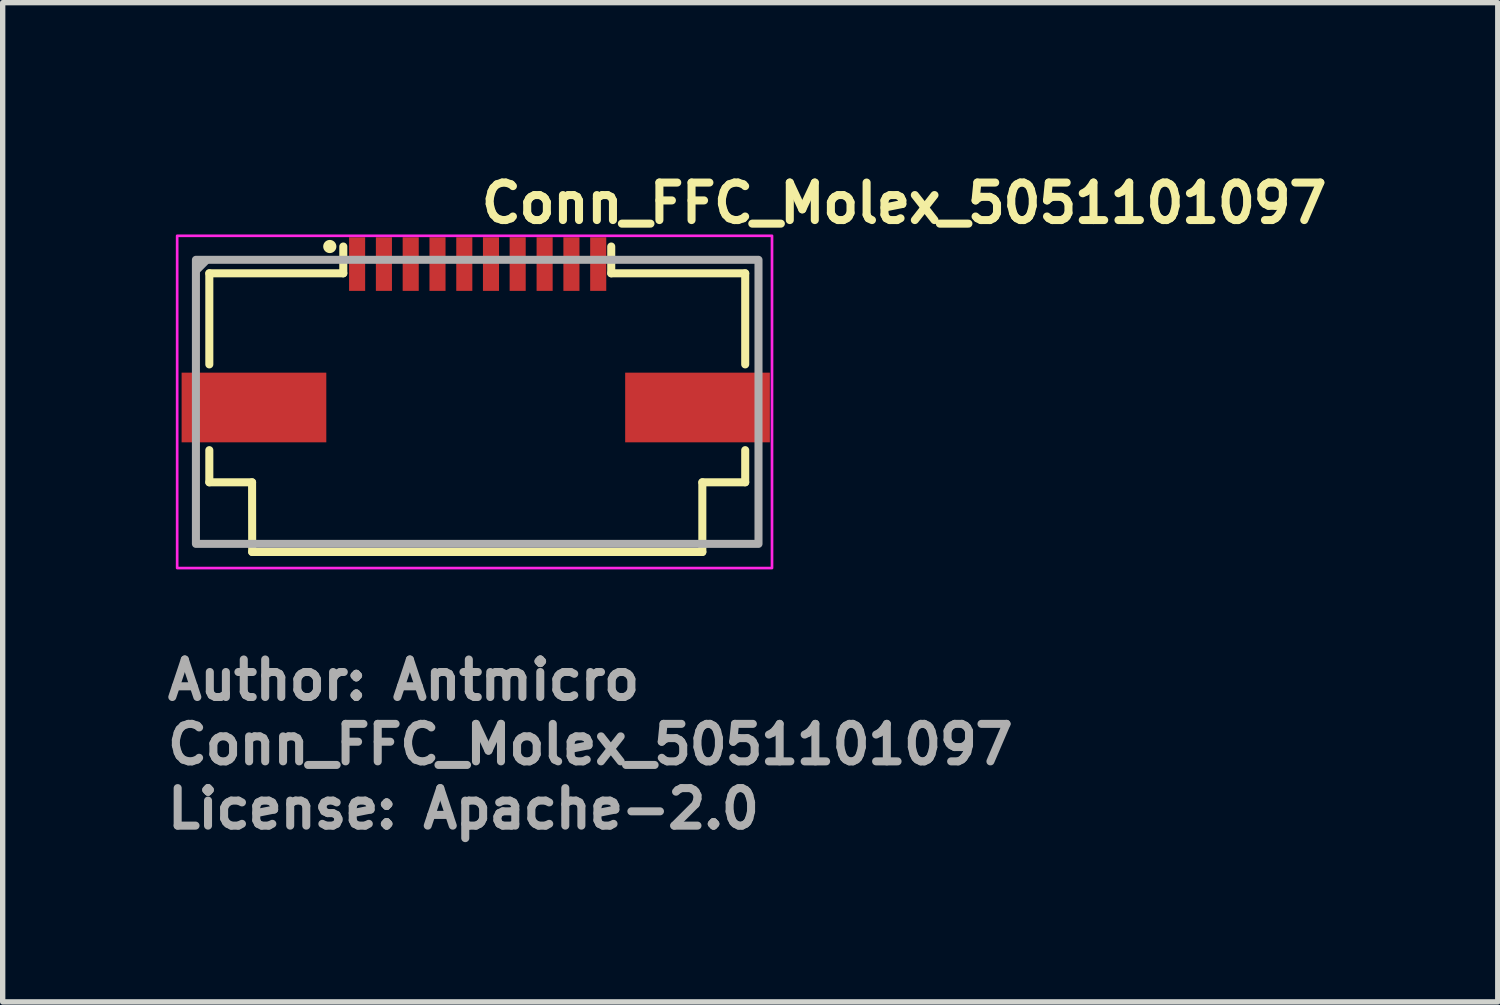
<source format=kicad_pcb>
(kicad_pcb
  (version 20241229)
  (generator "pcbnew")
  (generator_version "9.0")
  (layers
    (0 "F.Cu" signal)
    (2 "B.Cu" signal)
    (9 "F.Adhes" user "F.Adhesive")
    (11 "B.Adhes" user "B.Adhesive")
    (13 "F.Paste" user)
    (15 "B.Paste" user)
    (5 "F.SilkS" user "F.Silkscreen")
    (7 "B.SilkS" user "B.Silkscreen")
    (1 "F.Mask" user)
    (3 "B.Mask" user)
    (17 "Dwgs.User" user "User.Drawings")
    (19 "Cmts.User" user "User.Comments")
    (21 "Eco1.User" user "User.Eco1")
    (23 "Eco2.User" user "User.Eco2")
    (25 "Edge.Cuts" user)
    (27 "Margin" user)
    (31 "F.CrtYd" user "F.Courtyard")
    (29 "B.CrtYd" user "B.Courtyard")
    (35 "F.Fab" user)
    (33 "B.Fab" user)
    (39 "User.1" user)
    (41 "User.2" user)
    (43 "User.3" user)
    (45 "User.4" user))
  (footprint "Conn_FFC_Molex_5051101097"
    (layer "F.Cu")
    (at 5.856 4.45)
    (property "Reference" "Conn_FFC_Molex_5051101097" (at 0 -3.3 0) (layer "F.SilkS") (effects (font (size 0.7 0.7) (thickness 0.15)) (justify left bottom)))
    (attr smd)
    (fp_line (start -5 -2.4) (end -2.5 -2.4) (stroke (width 0.15) (type solid)) (layer "F.SilkS"))
    (fp_line (start -5 -0.7) (end -5 -2.4) (stroke (width 0.15) (type solid)) (layer "F.SilkS"))
    (fp_line (start -5 1.5) (end -5 0.9) (stroke (width 0.15) (type solid)) (layer "F.SilkS"))
    (fp_line (start -4.202 1.5) (end -5 1.5) (stroke (width 0.15) (type solid)) (layer "F.SilkS"))
    (fp_line (start -4.202 1.5) (end -4.2 2.8) (stroke (width 0.15) (type solid)) (layer "F.SilkS"))
    (fp_line (start -4.2 2.8) (end 4.2 2.8) (stroke (width 0.15) (type solid)) (layer "F.SilkS"))
    (fp_line (start -2.5 -2.4) (end -2.5 -2.9) (stroke (width 0.15) (type solid)) (layer "F.SilkS"))
    (fp_line (start 2.5 -2.4) (end 2.5 -2.9) (stroke (width 0.15) (type solid)) (layer "F.SilkS"))
    (fp_line (start 4.2 1.5) (end 4.2 2.8) (stroke (width 0.15) (type solid)) (layer "F.SilkS"))
    (fp_line (start 5 -2.4) (end 2.5 -2.4) (stroke (width 0.15) (type solid)) (layer "F.SilkS"))
    (fp_line (start 5 -0.7) (end 5 -2.4) (stroke (width 0.15) (type solid)) (layer "F.SilkS"))
    (fp_line (start 5 1.5) (end 4.2 1.5) (stroke (width 0.15) (type solid)) (layer "F.SilkS"))
    (fp_line (start 5 1.5) (end 5 0.9) (stroke (width 0.15) (type solid)) (layer "F.SilkS"))
    (fp_circle (center -2.752 -2.9) (end -2.704 -2.9) (stroke (width 0.15) (type solid)) (fill yes) (layer "F.SilkS"))
    (fp_rect (start -5.6 -3.1) (end 5.5 3.1) (stroke (width 0.05) (type solid)) (fill no) (layer "F.CrtYd"))
    (fp_line (start -5.225 -2.475) (end -5.075 -2.625) (stroke (width 0.15) (type solid)) (layer "F.Fab"))
    (fp_rect (start -5.25 -2.652) (end 5.248 2.649) (stroke (width 0.15) (type solid)) (fill no) (layer "F.Fab"))
    (fp_rect (start -5.25 -2.652) (end 5.248 2.649) (stroke (width 0.1) (type solid)) (fill no) (layer "User.5"))
    (fp_line (start -5.25 -0.019) (end -5.25 -0.01) (stroke (width 0.02) (type solid)) (layer "User.9"))
    (fp_line (start -5.25 -0.01) (end -5.25 0.001) (stroke (width 0.02) (type solid)) (layer "User.9"))
    (fp_line (start -5.25 0.498) (end -5.25 0.001) (stroke (width 0.02) (type solid)) (layer "User.9"))
    (fp_line (start -5.25 0.498) (end -5.25 0.508) (stroke (width 0.02) (type solid)) (layer "User.9"))
    (fp_line (start -5.25 0.508) (end -5.25 0.52) (stroke (width 0.02) (type solid)) (layer "User.9"))
    (fp_line (start -5.25 0.52) (end -5.249 0.53) (stroke (width 0.02) (type solid)) (layer "User.9"))
    (fp_line (start -5.249 -0.03) (end -5.25 -0.019) (stroke (width 0.02) (type solid)) (layer "User.9"))
    (fp_line (start -5.249 0.53) (end -5.247 0.54) (stroke (width 0.02) (type solid)) (layer "User.9"))
    (fp_line (start -5.247 -0.039) (end -5.249 -0.03) (stroke (width 0.02) (type solid)) (layer "User.9"))
    (fp_line (start -5.247 0.54) (end -5.244 0.549) (stroke (width 0.02) (type solid)) (layer "User.9"))
    (fp_line (start -5.244 -0.05) (end -5.247 -0.039) (stroke (width 0.02) (type solid)) (layer "User.9"))
    (fp_line (start -5.244 0.549) (end -5.242 0.559) (stroke (width 0.02) (type solid)) (layer "User.9"))
    (fp_line (start -5.242 -0.06) (end -5.244 -0.05) (stroke (width 0.02) (type solid)) (layer "User.9"))
    (fp_line (start -5.242 0.559) (end -5.239 0.568) (stroke (width 0.02) (type solid)) (layer "User.9"))
    (fp_line (start -5.239 -0.069) (end -5.242 -0.06) (stroke (width 0.02) (type solid)) (layer "User.9"))
    (fp_line (start -5.239 0.568) (end -5.236 0.576) (stroke (width 0.02) (type solid)) (layer "User.9"))
    (fp_line (start -5.236 -0.076) (end -5.239 -0.069) (stroke (width 0.02) (type solid)) (layer "User.9"))
    (fp_line (start -5.236 0.576) (end -5.231 0.584) (stroke (width 0.02) (type solid)) (layer "User.9"))
    (fp_line (start -5.231 -0.087) (end -5.236 -0.076) (stroke (width 0.02) (type solid)) (layer "User.9"))
    (fp_line (start -5.231 0.584) (end -5.228 0.593) (stroke (width 0.02) (type solid)) (layer "User.9"))
    (fp_line (start -5.228 -0.094) (end -5.231 -0.087) (stroke (width 0.02) (type solid)) (layer "User.9"))
    (fp_line (start -5.228 0.593) (end -5.223 0.601) (stroke (width 0.02) (type solid)) (layer "User.9"))
    (fp_line (start -5.223 -0.104) (end -5.228 -0.094) (stroke (width 0.02) (type solid)) (layer "User.9"))
    (fp_line (start -5.223 0.601) (end -5.218 0.609) (stroke (width 0.02) (type solid)) (layer "User.9"))
    (fp_line (start -5.218 -0.11) (end -5.223 -0.104) (stroke (width 0.02) (type solid)) (layer "User.9"))
    (fp_line (start -5.218 0.609) (end -5.212 0.617) (stroke (width 0.02) (type solid)) (layer "User.9"))
    (fp_line (start -5.212 -0.12) (end -5.218 -0.11) (stroke (width 0.02) (type solid)) (layer "User.9"))
    (fp_line (start -5.212 0.617) (end -5.205 0.625) (stroke (width 0.02) (type solid)) (layer "User.9"))
    (fp_line (start -5.205 -0.126) (end -5.212 -0.12) (stroke (width 0.02) (type solid)) (layer "User.9"))
    (fp_line (start -5.205 0.625) (end -5.199 0.633) (stroke (width 0.02) (type solid)) (layer "User.9"))
    (fp_line (start -5.199 -0.136) (end -5.205 -0.126) (stroke (width 0.02) (type solid)) (layer "User.9"))
    (fp_line (start -5.199 0.633) (end -5.194 0.642) (stroke (width 0.02) (type solid)) (layer "User.9"))
    (fp_line (start -5.194 -0.143) (end -5.199 -0.136) (stroke (width 0.02) (type solid)) (layer "User.9"))
    (fp_line (start -5.194 -0.143) (end -5.194 -0.143) (stroke (width 0.02) (type solid)) (layer "User.9"))
    (fp_line (start -5.194 0.642) (end -5.194 0.642) (stroke (width 0.02) (type solid)) (layer "User.9"))
    (fp_line (start -5.194 0.642) (end -5.186 0.649) (stroke (width 0.02) (type solid)) (layer "User.9"))
    (fp_line (start -5.186 -0.148) (end -5.194 -0.143) (stroke (width 0.02) (type solid)) (layer "User.9"))
    (fp_line (start -5.186 0.649) (end -5.178 0.655) (stroke (width 0.02) (type solid)) (layer "User.9"))
    (fp_line (start -5.178 -0.154) (end -5.186 -0.148) (stroke (width 0.02) (type solid)) (layer "User.9"))
    (fp_line (start -5.178 0.655) (end -5.17 0.661) (stroke (width 0.02) (type solid)) (layer "User.9"))
    (fp_line (start -5.17 -0.162) (end -5.178 -0.154) (stroke (width 0.02) (type solid)) (layer "User.9"))
    (fp_line (start -5.17 0.661) (end -5.162 0.667) (stroke (width 0.02) (type solid)) (layer "User.9"))
    (fp_line (start -5.162 -0.168) (end -5.17 -0.162) (stroke (width 0.02) (type solid)) (layer "User.9"))
    (fp_line (start -5.162 0.667) (end -5.154 0.672) (stroke (width 0.02) (type solid)) (layer "User.9"))
    (fp_line (start -5.154 -0.173) (end -5.162 -0.168) (stroke (width 0.02) (type solid)) (layer "User.9"))
    (fp_line (start -5.154 0.672) (end -5.146 0.677) (stroke (width 0.02) (type solid)) (layer "User.9"))
    (fp_line (start -5.146 -0.176) (end -5.154 -0.173) (stroke (width 0.02) (type solid)) (layer "User.9"))
    (fp_line (start -5.146 0.677) (end -5.137 0.681) (stroke (width 0.02) (type solid)) (layer "User.9"))
    (fp_line (start -5.137 -0.18) (end -5.146 -0.176) (stroke (width 0.02) (type solid)) (layer "User.9"))
    (fp_line (start -5.137 0.681) (end -5.127 0.685) (stroke (width 0.02) (type solid)) (layer "User.9"))
    (fp_line (start -5.127 -0.184) (end -5.137 -0.18) (stroke (width 0.02) (type solid)) (layer "User.9"))
    (fp_line (start -5.127 0.685) (end -5.119 0.689) (stroke (width 0.02) (type solid)) (layer "User.9"))
    (fp_line (start -5.119 -0.188) (end -5.127 -0.184) (stroke (width 0.02) (type solid)) (layer "User.9"))
    (fp_line (start -5.119 0.689) (end -5.109 0.692) (stroke (width 0.02) (type solid)) (layer "User.9"))
    (fp_line (start -5.109 -0.191) (end -5.119 -0.188) (stroke (width 0.02) (type solid)) (layer "User.9"))
    (fp_line (start -5.109 0.692) (end -5.101 0.694) (stroke (width 0.02) (type solid)) (layer "User.9"))
    (fp_line (start -5.101 -0.195) (end -5.109 -0.191) (stroke (width 0.02) (type solid)) (layer "User.9"))
    (fp_line (start -5.101 0.694) (end -5.09 0.697) (stroke (width 0.02) (type solid)) (layer "User.9"))
    (fp_line (start -5.09 -0.198) (end -5.101 -0.195) (stroke (width 0.02) (type solid)) (layer "User.9"))
    (fp_line (start -5.09 0.697) (end -5.08 0.698) (stroke (width 0.02) (type solid)) (layer "User.9"))
    (fp_line (start -5.08 -0.199) (end -5.09 -0.198) (stroke (width 0.02) (type solid)) (layer "User.9"))
    (fp_line (start -5.08 0.698) (end -5.071 0.7) (stroke (width 0.02) (type solid)) (layer "User.9"))
    (fp_line (start -5.071 -0.201) (end -5.08 -0.199) (stroke (width 0.02) (type solid)) (layer "User.9"))
    (fp_line (start -5.071 0.7) (end -5.061 0.7) (stroke (width 0.02) (type solid)) (layer "User.9"))
    (fp_line (start -5.061 -0.201) (end -5.071 -0.201) (stroke (width 0.02) (type solid)) (layer "User.9"))
    (fp_line (start -5.061 0.7) (end -5.05 0.7) (stroke (width 0.02) (type solid)) (layer "User.9"))
    (fp_line (start -5.05 -0.202) (end -5.061 -0.201) (stroke (width 0.02) (type solid)) (layer "User.9"))
    (fp_line (start -4.851 -2.601) (end -4.851 -2.25) (stroke (width 0.02) (type solid)) (layer "User.9"))
    (fp_line (start -4.851 -2.25) (end -4.851 1.348) (stroke (width 0.02) (type solid)) (layer "User.9"))
    (fp_line (start -4.851 -0.202) (end -5.05 -0.202) (stroke (width 0.02) (type solid)) (layer "User.9"))
    (fp_line (start -4.851 0.7) (end -5.05 0.7) (stroke (width 0.02) (type solid)) (layer "User.9"))
    (fp_line (start -4.851 1.348) (end -4.202 1.348) (stroke (width 0.02) (type solid)) (layer "User.9"))
    (fp_line (start -4.3 -2.601) (end -4.851 -2.601) (stroke (width 0.02) (type solid)) (layer "User.9"))
    (fp_line (start -4.3 -2.25) (end -4.3 -2.601) (stroke (width 0.02) (type solid)) (layer "User.9"))
    (fp_line (start -4.202 -0.629) (end -2.786 -0.629) (stroke (width 0.02) (type solid)) (layer "User.9"))
    (fp_line (start -4.202 -0.329) (end -4.053 -0.372) (stroke (width 0.02) (type solid)) (layer "User.9"))
    (fp_line (start -4.202 1.348) (end -4.202 -0.832) (stroke (width 0.02) (type solid)) (layer "User.9"))
    (fp_line (start -4.13 -0.24) (end -4.202 -0.261) (stroke (width 0.02) (type solid)) (layer "User.9"))
    (fp_line (start -4.13 -0.163) (end -4.13 -0.24) (stroke (width 0.02) (type solid)) (layer "User.9"))
    (fp_line (start -4.13 0.013) (end -4.13 -0.163) (stroke (width 0.02) (type solid)) (layer "User.9"))
    (fp_line (start -4.13 1.3) (end -4.202 1.3) (stroke (width 0.02) (type solid)) (layer "User.9"))
    (fp_line (start -4.13 1.3) (end -4.13 0.013) (stroke (width 0.02) (type solid)) (layer "User.9"))
    (fp_line (start -4.13 1.3) (end -4.053 1.3) (stroke (width 0.02) (type solid)) (layer "User.9"))
    (fp_line (start -4.053 -0.476) (end -4.053 -0.465) (stroke (width 0.02) (type solid)) (layer "User.9"))
    (fp_line (start -4.053 -0.475) (end -4.053 -0.476) (stroke (width 0.02) (type solid)) (layer "User.9"))
    (fp_line (start -4.053 -0.465) (end -4.053 -0.372) (stroke (width 0.02) (type solid)) (layer "User.9"))
    (fp_line (start -4.053 1.348) (end -4.202 1.348) (stroke (width 0.02) (type solid)) (layer "User.9"))
    (fp_line (start -4.053 1.348) (end -4.053 1.3) (stroke (width 0.02) (type solid)) (layer "User.9"))
    (fp_line (start -4.053 2.548) (end -4.053 1.3) (stroke (width 0.02) (type solid)) (layer "User.9"))
    (fp_line (start -4.053 2.548) (end -2.702 2.548) (stroke (width 0.02) (type solid)) (layer "User.9"))
    (fp_line (start -2.786 -0.688) (end -2.786 -0.629) (stroke (width 0.02) (type solid)) (layer "User.9"))
    (fp_line (start -2.786 -0.476) (end -2.786 -0.629) (stroke (width 0.02) (type solid)) (layer "User.9"))
    (fp_line (start -2.702 2.649) (end -2.702 2.548) (stroke (width 0.02) (type solid)) (layer "User.9"))
    (fp_line (start -2.702 2.649) (end 2.697 2.649) (stroke (width 0.02) (type solid)) (layer "User.9"))
    (fp_line (start -2.355 -0.832) (end -2.355 -0.688) (stroke (width 0.02) (type solid)) (layer "User.9"))
    (fp_line (start -2.355 -0.688) (end -2.786 -0.688) (stroke (width 0.02) (type solid)) (layer "User.9"))
    (fp_line (start -2.355 -0.476) (end -4.053 -0.476) (stroke (width 0.02) (type solid)) (layer "User.9"))
    (fp_line (start -2.355 -0.476) (end -2.355 -0.465) (stroke (width 0.02) (type solid)) (layer "User.9"))
    (fp_line (start -2.355 -0.465) (end -2.355 -0.163) (stroke (width 0.02) (type solid)) (layer "User.9"))
    (fp_line (start -2.355 -0.352) (end -2.327 -0.352) (stroke (width 0.02) (type solid)) (layer "User.9"))
    (fp_line (start -2.355 -0.163) (end -2.355 0.013) (stroke (width 0.02) (type solid)) (layer "User.9"))
    (fp_line (start -2.355 0.013) (end -2.355 0.35) (stroke (width 0.02) (type solid)) (layer "User.9"))
    (fp_line (start -2.355 0.05) (end -2.327 0.05) (stroke (width 0.02) (type solid)) (layer "User.9"))
    (fp_line (start -2.355 0.298) (end -2.327 0.298) (stroke (width 0.02) (type solid)) (layer "User.9"))
    (fp_line (start -2.327 -2.5) (end -2.327 -2.652) (stroke (width 0.02) (type solid)) (layer "User.9"))
    (fp_line (start -2.327 -2.25) (end -2.327 -2.5) (stroke (width 0.02) (type solid)) (layer "User.9"))
    (fp_line (start -2.327 -0.042) (end -2.327 -0.832) (stroke (width 0.02) (type solid)) (layer "User.9"))
    (fp_line (start -2.327 0.173) (end -2.327 -0.042) (stroke (width 0.02) (type solid)) (layer "User.9"))
    (fp_line (start -2.327 0.173) (end -2.327 0.173) (stroke (width 0.02) (type solid)) (layer "User.9"))
    (fp_line (start -2.327 0.261) (end -2.327 0.173) (stroke (width 0.02) (type solid)) (layer "User.9"))
    (fp_line (start -2.327 0.261) (end -2.178 0.261) (stroke (width 0.02) (type solid)) (layer "User.9"))
    (fp_line (start -2.327 0.35) (end -2.327 0.261) (stroke (width 0.02) (type solid)) (layer "User.9"))
    (fp_line (start -2.178 -2.652) (end -2.327 -2.652) (stroke (width 0.02) (type solid)) (layer "User.9"))
    (fp_line (start -2.178 -2.5) (end -2.327 -2.5) (stroke (width 0.02) (type solid)) (layer "User.9"))
    (fp_line (start -2.178 -2.5) (end -2.178 -2.652) (stroke (width 0.02) (type solid)) (layer "User.9"))
    (fp_line (start -2.178 -2.25) (end -2.178 -2.5) (stroke (width 0.02) (type solid)) (layer "User.9"))
    (fp_line (start -2.178 -0.352) (end -2.145 -0.352) (stroke (width 0.02) (type solid)) (layer "User.9"))
    (fp_line (start -2.178 -0.042) (end -2.178 -0.832) (stroke (width 0.02) (type solid)) (layer "User.9"))
    (fp_line (start -2.178 0.05) (end -2.145 0.05) (stroke (width 0.02) (type solid)) (layer "User.9"))
    (fp_line (start -2.178 0.173) (end -2.178 -0.042) (stroke (width 0.02) (type solid)) (layer "User.9"))
    (fp_line (start -2.178 0.173) (end -2.178 0.173) (stroke (width 0.02) (type solid)) (layer "User.9"))
    (fp_line (start -2.178 0.261) (end -2.178 0.173) (stroke (width 0.02) (type solid)) (layer "User.9"))
    (fp_line (start -2.178 0.298) (end -2.145 0.298) (stroke (width 0.02) (type solid)) (layer "User.9"))
    (fp_line (start -2.178 0.35) (end -2.178 0.261) (stroke (width 0.02) (type solid)) (layer "User.9"))
    (fp_line (start -2.145 -0.832) (end -2.145 -0.688) (stroke (width 0.02) (type solid)) (layer "User.9"))
    (fp_line (start -2.145 -0.476) (end -2.145 -0.465) (stroke (width 0.02) (type solid)) (layer "User.9"))
    (fp_line (start -2.145 -0.465) (end -2.145 -0.163) (stroke (width 0.02) (type solid)) (layer "User.9"))
    (fp_line (start -2.145 -0.163) (end -2.145 0.013) (stroke (width 0.02) (type solid)) (layer "User.9"))
    (fp_line (start -2.145 0.013) (end -2.145 0.35) (stroke (width 0.02) (type solid)) (layer "User.9"))
    (fp_line (start -2.145 0.35) (end -2.355 0.35) (stroke (width 0.02) (type solid)) (layer "User.9"))
    (fp_line (start -1.857 -0.832) (end -1.857 -0.688) (stroke (width 0.02) (type solid)) (layer "User.9"))
    (fp_line (start -1.857 -0.688) (end -2.145 -0.688) (stroke (width 0.02) (type solid)) (layer "User.9"))
    (fp_line (start -1.857 -0.476) (end -2.145 -0.476) (stroke (width 0.02) (type solid)) (layer "User.9"))
    (fp_line (start -1.857 -0.476) (end -1.857 -0.465) (stroke (width 0.02) (type solid)) (layer "User.9"))
    (fp_line (start -1.857 -0.465) (end -1.857 -0.163) (stroke (width 0.02) (type solid)) (layer "User.9"))
    (fp_line (start -1.857 -0.352) (end -1.827 -0.352) (stroke (width 0.02) (type solid)) (layer "User.9"))
    (fp_line (start -1.857 -0.163) (end -1.857 0.013) (stroke (width 0.02) (type solid)) (layer "User.9"))
    (fp_line (start -1.857 0.013) (end -1.857 0.35) (stroke (width 0.02) (type solid)) (layer "User.9"))
    (fp_line (start -1.857 0.05) (end -1.827 0.05) (stroke (width 0.02) (type solid)) (layer "User.9"))
    (fp_line (start -1.857 0.298) (end -1.827 0.298) (stroke (width 0.02) (type solid)) (layer "User.9"))
    (fp_line (start -1.827 -2.5) (end -1.827 -2.652) (stroke (width 0.02) (type solid)) (layer "User.9"))
    (fp_line (start -1.827 -2.25) (end -1.827 -2.5) (stroke (width 0.02) (type solid)) (layer "User.9"))
    (fp_line (start -1.827 -0.042) (end -1.827 -0.832) (stroke (width 0.02) (type solid)) (layer "User.9"))
    (fp_line (start -1.827 0.173) (end -1.827 -0.042) (stroke (width 0.02) (type solid)) (layer "User.9"))
    (fp_line (start -1.827 0.173) (end -1.827 0.173) (stroke (width 0.02) (type solid)) (layer "User.9"))
    (fp_line (start -1.827 0.261) (end -1.827 0.173) (stroke (width 0.02) (type solid)) (layer "User.9"))
    (fp_line (start -1.827 0.261) (end -1.676 0.261) (stroke (width 0.02) (type solid)) (layer "User.9"))
    (fp_line (start -1.827 0.35) (end -1.827 0.261) (stroke (width 0.02) (type solid)) (layer "User.9"))
    (fp_line (start -1.676 -2.652) (end -1.827 -2.652) (stroke (width 0.02) (type solid)) (layer "User.9"))
    (fp_line (start -1.676 -2.5) (end -1.827 -2.5) (stroke (width 0.02) (type solid)) (layer "User.9"))
    (fp_line (start -1.676 -2.5) (end -1.676 -2.652) (stroke (width 0.02) (type solid)) (layer "User.9"))
    (fp_line (start -1.676 -2.25) (end -1.676 -2.5) (stroke (width 0.02) (type solid)) (layer "User.9"))
    (fp_line (start -1.676 -0.352) (end -1.645 -0.352) (stroke (width 0.02) (type solid)) (layer "User.9"))
    (fp_line (start -1.676 -0.042) (end -1.676 -0.832) (stroke (width 0.02) (type solid)) (layer "User.9"))
    (fp_line (start -1.676 0.05) (end -1.645 0.05) (stroke (width 0.02) (type solid)) (layer "User.9"))
    (fp_line (start -1.676 0.173) (end -1.676 -0.042) (stroke (width 0.02) (type solid)) (layer "User.9"))
    (fp_line (start -1.676 0.173) (end -1.676 0.173) (stroke (width 0.02) (type solid)) (layer "User.9"))
    (fp_line (start -1.676 0.261) (end -1.676 0.173) (stroke (width 0.02) (type solid)) (layer "User.9"))
    (fp_line (start -1.676 0.298) (end -1.645 0.298) (stroke (width 0.02) (type solid)) (layer "User.9"))
    (fp_line (start -1.676 0.35) (end -1.676 0.261) (stroke (width 0.02) (type solid)) (layer "User.9"))
    (fp_line (start -1.645 -0.832) (end -1.645 -0.688) (stroke (width 0.02) (type solid)) (layer "User.9"))
    (fp_line (start -1.645 -0.476) (end -1.645 -0.465) (stroke (width 0.02) (type solid)) (layer "User.9"))
    (fp_line (start -1.645 -0.465) (end -1.645 -0.163) (stroke (width 0.02) (type solid)) (layer "User.9"))
    (fp_line (start -1.645 -0.163) (end -1.645 0.013) (stroke (width 0.02) (type solid)) (layer "User.9"))
    (fp_line (start -1.645 0.013) (end -1.645 0.35) (stroke (width 0.02) (type solid)) (layer "User.9"))
    (fp_line (start -1.645 0.35) (end -1.857 0.35) (stroke (width 0.02) (type solid)) (layer "User.9"))
    (fp_line (start -1.357 -0.832) (end -1.357 -0.688) (stroke (width 0.02) (type solid)) (layer "User.9"))
    (fp_line (start -1.357 -0.688) (end -1.645 -0.688) (stroke (width 0.02) (type solid)) (layer "User.9"))
    (fp_line (start -1.357 -0.476) (end -1.645 -0.476) (stroke (width 0.02) (type solid)) (layer "User.9"))
    (fp_line (start -1.357 -0.476) (end -1.357 -0.465) (stroke (width 0.02) (type solid)) (layer "User.9"))
    (fp_line (start -1.357 -0.465) (end -1.357 -0.163) (stroke (width 0.02) (type solid)) (layer "User.9"))
    (fp_line (start -1.357 -0.352) (end -1.327 -0.352) (stroke (width 0.02) (type solid)) (layer "User.9"))
    (fp_line (start -1.357 -0.163) (end -1.357 0.013) (stroke (width 0.02) (type solid)) (layer "User.9"))
    (fp_line (start -1.357 0.013) (end -1.357 0.35) (stroke (width 0.02) (type solid)) (layer "User.9"))
    (fp_line (start -1.357 0.05) (end -1.327 0.05) (stroke (width 0.02) (type solid)) (layer "User.9"))
    (fp_line (start -1.357 0.298) (end -1.327 0.298) (stroke (width 0.02) (type solid)) (layer "User.9"))
    (fp_line (start -1.327 -2.5) (end -1.327 -2.652) (stroke (width 0.02) (type solid)) (layer "User.9"))
    (fp_line (start -1.327 -2.25) (end -1.327 -2.5) (stroke (width 0.02) (type solid)) (layer "User.9"))
    (fp_line (start -1.327 -0.042) (end -1.327 -0.832) (stroke (width 0.02) (type solid)) (layer "User.9"))
    (fp_line (start -1.327 0.173) (end -1.327 -0.042) (stroke (width 0.02) (type solid)) (layer "User.9"))
    (fp_line (start -1.327 0.173) (end -1.327 0.173) (stroke (width 0.02) (type solid)) (layer "User.9"))
    (fp_line (start -1.327 0.261) (end -1.327 0.173) (stroke (width 0.02) (type solid)) (layer "User.9"))
    (fp_line (start -1.327 0.261) (end -1.176 0.261) (stroke (width 0.02) (type solid)) (layer "User.9"))
    (fp_line (start -1.327 0.35) (end -1.327 0.261) (stroke (width 0.02) (type solid)) (layer "User.9"))
    (fp_line (start -1.176 -2.652) (end -1.327 -2.652) (stroke (width 0.02) (type solid)) (layer "User.9"))
    (fp_line (start -1.176 -2.5) (end -1.327 -2.5) (stroke (width 0.02) (type solid)) (layer "User.9"))
    (fp_line (start -1.176 -2.5) (end -1.176 -2.652) (stroke (width 0.02) (type solid)) (layer "User.9"))
    (fp_line (start -1.176 -2.25) (end -1.176 -2.5) (stroke (width 0.02) (type solid)) (layer "User.9"))
    (fp_line (start -1.176 -0.352) (end -1.145 -0.352) (stroke (width 0.02) (type solid)) (layer "User.9"))
    (fp_line (start -1.176 -0.042) (end -1.176 -0.832) (stroke (width 0.02) (type solid)) (layer "User.9"))
    (fp_line (start -1.176 0.05) (end -1.145 0.05) (stroke (width 0.02) (type solid)) (layer "User.9"))
    (fp_line (start -1.176 0.173) (end -1.176 -0.042) (stroke (width 0.02) (type solid)) (layer "User.9"))
    (fp_line (start -1.176 0.173) (end -1.176 0.173) (stroke (width 0.02) (type solid)) (layer "User.9"))
    (fp_line (start -1.176 0.261) (end -1.176 0.173) (stroke (width 0.02) (type solid)) (layer "User.9"))
    (fp_line (start -1.176 0.298) (end -1.145 0.298) (stroke (width 0.02) (type solid)) (layer "User.9"))
    (fp_line (start -1.176 0.35) (end -1.176 0.261) (stroke (width 0.02) (type solid)) (layer "User.9"))
    (fp_line (start -1.145 -0.832) (end -1.145 -0.688) (stroke (width 0.02) (type solid)) (layer "User.9"))
    (fp_line (start -1.145 -0.476) (end -1.145 -0.465) (stroke (width 0.02) (type solid)) (layer "User.9"))
    (fp_line (start -1.145 -0.465) (end -1.145 -0.163) (stroke (width 0.02) (type solid)) (layer "User.9"))
    (fp_line (start -1.145 -0.163) (end -1.145 0.013) (stroke (width 0.02) (type solid)) (layer "User.9"))
    (fp_line (start -1.145 0.013) (end -1.145 0.35) (stroke (width 0.02) (type solid)) (layer "User.9"))
    (fp_line (start -1.145 0.35) (end -1.357 0.35) (stroke (width 0.02) (type solid)) (layer "User.9"))
    (fp_line (start -0.856 -0.832) (end -0.856 -0.688) (stroke (width 0.02) (type solid)) (layer "User.9"))
    (fp_line (start -0.856 -0.688) (end -1.145 -0.688) (stroke (width 0.02) (type solid)) (layer "User.9"))
    (fp_line (start -0.856 -0.476) (end -1.145 -0.476) (stroke (width 0.02) (type solid)) (layer "User.9"))
    (fp_line (start -0.856 -0.476) (end -0.856 -0.465) (stroke (width 0.02) (type solid)) (layer "User.9"))
    (fp_line (start -0.856 -0.465) (end -0.856 -0.163) (stroke (width 0.02) (type solid)) (layer "User.9"))
    (fp_line (start -0.856 -0.352) (end -0.828 -0.352) (stroke (width 0.02) (type solid)) (layer "User.9"))
    (fp_line (start -0.856 -0.163) (end -0.856 0.013) (stroke (width 0.02) (type solid)) (layer "User.9"))
    (fp_line (start -0.856 0.013) (end -0.856 0.35) (stroke (width 0.02) (type solid)) (layer "User.9"))
    (fp_line (start -0.856 0.05) (end -0.828 0.05) (stroke (width 0.02) (type solid)) (layer "User.9"))
    (fp_line (start -0.856 0.298) (end -0.828 0.298) (stroke (width 0.02) (type solid)) (layer "User.9"))
    (fp_line (start -0.828 -2.5) (end -0.828 -2.652) (stroke (width 0.02) (type solid)) (layer "User.9"))
    (fp_line (start -0.828 -2.25) (end -0.828 -2.5) (stroke (width 0.02) (type solid)) (layer "User.9"))
    (fp_line (start -0.828 -0.042) (end -0.828 -0.832) (stroke (width 0.02) (type solid)) (layer "User.9"))
    (fp_line (start -0.828 0.173) (end -0.828 -0.042) (stroke (width 0.02) (type solid)) (layer "User.9"))
    (fp_line (start -0.828 0.173) (end -0.828 0.173) (stroke (width 0.02) (type solid)) (layer "User.9"))
    (fp_line (start -0.828 0.261) (end -0.828 0.173) (stroke (width 0.02) (type solid)) (layer "User.9"))
    (fp_line (start -0.828 0.261) (end -0.678 0.261) (stroke (width 0.02) (type solid)) (layer "User.9"))
    (fp_line (start -0.828 0.35) (end -0.828 0.261) (stroke (width 0.02) (type solid)) (layer "User.9"))
    (fp_line (start -0.678 -2.652) (end -0.828 -2.652) (stroke (width 0.02) (type solid)) (layer "User.9"))
    (fp_line (start -0.678 -2.5) (end -0.828 -2.5) (stroke (width 0.02) (type solid)) (layer "User.9"))
    (fp_line (start -0.678 -2.5) (end -0.678 -2.652) (stroke (width 0.02) (type solid)) (layer "User.9"))
    (fp_line (start -0.678 -2.25) (end -0.678 -2.5) (stroke (width 0.02) (type solid)) (layer "User.9"))
    (fp_line (start -0.678 -0.352) (end -0.648 -0.352) (stroke (width 0.02) (type solid)) (layer "User.9"))
    (fp_line (start -0.678 -0.042) (end -0.678 -0.832) (stroke (width 0.02) (type solid)) (layer "User.9"))
    (fp_line (start -0.678 0.05) (end -0.648 0.05) (stroke (width 0.02) (type solid)) (layer "User.9"))
    (fp_line (start -0.678 0.173) (end -0.678 -0.042) (stroke (width 0.02) (type solid)) (layer "User.9"))
    (fp_line (start -0.678 0.173) (end -0.678 0.173) (stroke (width 0.02) (type solid)) (layer "User.9"))
    (fp_line (start -0.678 0.261) (end -0.678 0.173) (stroke (width 0.02) (type solid)) (layer "User.9"))
    (fp_line (start -0.678 0.298) (end -0.648 0.298) (stroke (width 0.02) (type solid)) (layer "User.9"))
    (fp_line (start -0.678 0.35) (end -0.678 0.261) (stroke (width 0.02) (type solid)) (layer "User.9"))
    (fp_line (start -0.648 -0.832) (end -0.648 -0.688) (stroke (width 0.02) (type solid)) (layer "User.9"))
    (fp_line (start -0.648 -0.476) (end -0.648 -0.465) (stroke (width 0.02) (type solid)) (layer "User.9"))
    (fp_line (start -0.648 -0.465) (end -0.648 -0.163) (stroke (width 0.02) (type solid)) (layer "User.9"))
    (fp_line (start -0.648 -0.163) (end -0.648 0.013) (stroke (width 0.02) (type solid)) (layer "User.9"))
    (fp_line (start -0.648 0.013) (end -0.648 0.35) (stroke (width 0.02) (type solid)) (layer "User.9"))
    (fp_line (start -0.648 0.35) (end -0.856 0.35) (stroke (width 0.02) (type solid)) (layer "User.9"))
    (fp_line (start -0.356 -0.832) (end -0.356 -0.688) (stroke (width 0.02) (type solid)) (layer "User.9"))
    (fp_line (start -0.356 -0.688) (end -0.648 -0.688) (stroke (width 0.02) (type solid)) (layer "User.9"))
    (fp_line (start -0.356 -0.476) (end -0.648 -0.476) (stroke (width 0.02) (type solid)) (layer "User.9"))
    (fp_line (start -0.356 -0.476) (end -0.356 -0.465) (stroke (width 0.02) (type solid)) (layer "User.9"))
    (fp_line (start -0.356 -0.465) (end -0.356 -0.163) (stroke (width 0.02) (type solid)) (layer "User.9"))
    (fp_line (start -0.356 -0.352) (end -0.328 -0.352) (stroke (width 0.02) (type solid)) (layer "User.9"))
    (fp_line (start -0.356 -0.163) (end -0.356 0.013) (stroke (width 0.02) (type solid)) (layer "User.9"))
    (fp_line (start -0.356 0.013) (end -0.356 0.35) (stroke (width 0.02) (type solid)) (layer "User.9"))
    (fp_line (start -0.356 0.05) (end -0.328 0.05) (stroke (width 0.02) (type solid)) (layer "User.9"))
    (fp_line (start -0.356 0.298) (end -0.328 0.298) (stroke (width 0.02) (type solid)) (layer "User.9"))
    (fp_line (start -0.328 -2.5) (end -0.328 -2.652) (stroke (width 0.02) (type solid)) (layer "User.9"))
    (fp_line (start -0.328 -2.25) (end -0.328 -2.5) (stroke (width 0.02) (type solid)) (layer "User.9"))
    (fp_line (start -0.328 -0.042) (end -0.328 -0.832) (stroke (width 0.02) (type solid)) (layer "User.9"))
    (fp_line (start -0.328 0.173) (end -0.328 -0.042) (stroke (width 0.02) (type solid)) (layer "User.9"))
    (fp_line (start -0.328 0.173) (end -0.328 0.173) (stroke (width 0.02) (type solid)) (layer "User.9"))
    (fp_line (start -0.328 0.261) (end -0.328 0.173) (stroke (width 0.02) (type solid)) (layer "User.9"))
    (fp_line (start -0.328 0.261) (end -0.176 0.261) (stroke (width 0.02) (type solid)) (layer "User.9"))
    (fp_line (start -0.328 0.35) (end -0.328 0.261) (stroke (width 0.02) (type solid)) (layer "User.9"))
    (fp_line (start -0.176 -2.652) (end -0.328 -2.652) (stroke (width 0.02) (type solid)) (layer "User.9"))
    (fp_line (start -0.176 -2.5) (end -0.328 -2.5) (stroke (width 0.02) (type solid)) (layer "User.9"))
    (fp_line (start -0.176 -2.5) (end -0.176 -2.652) (stroke (width 0.02) (type solid)) (layer "User.9"))
    (fp_line (start -0.176 -2.25) (end -0.176 -2.5) (stroke (width 0.02) (type solid)) (layer "User.9"))
    (fp_line (start -0.176 -0.352) (end -0.146 -0.352) (stroke (width 0.02) (type solid)) (layer "User.9"))
    (fp_line (start -0.176 -0.042) (end -0.176 -0.832) (stroke (width 0.02) (type solid)) (layer "User.9"))
    (fp_line (start -0.176 0.05) (end -0.146 0.05) (stroke (width 0.02) (type solid)) (layer "User.9"))
    (fp_line (start -0.176 0.173) (end -0.176 -0.042) (stroke (width 0.02) (type solid)) (layer "User.9"))
    (fp_line (start -0.176 0.173) (end -0.176 0.173) (stroke (width 0.02) (type solid)) (layer "User.9"))
    (fp_line (start -0.176 0.261) (end -0.176 0.173) (stroke (width 0.02) (type solid)) (layer "User.9"))
    (fp_line (start -0.176 0.298) (end -0.146 0.298) (stroke (width 0.02) (type solid)) (layer "User.9"))
    (fp_line (start -0.176 0.35) (end -0.176 0.261) (stroke (width 0.02) (type solid)) (layer "User.9"))
    (fp_line (start -0.146 -0.832) (end -0.146 -0.688) (stroke (width 0.02) (type solid)) (layer "User.9"))
    (fp_line (start -0.146 -0.476) (end -0.146 -0.465) (stroke (width 0.02) (type solid)) (layer "User.9"))
    (fp_line (start -0.146 -0.465) (end -0.146 -0.163) (stroke (width 0.02) (type solid)) (layer "User.9"))
    (fp_line (start -0.146 -0.163) (end -0.146 0.013) (stroke (width 0.02) (type solid)) (layer "User.9"))
    (fp_line (start -0.146 0.013) (end -0.146 0.35) (stroke (width 0.02) (type solid)) (layer "User.9"))
    (fp_line (start -0.146 0.35) (end -0.356 0.35) (stroke (width 0.02) (type solid)) (layer "User.9"))
    (fp_line (start 0.144 -0.832) (end 0.144 -0.688) (stroke (width 0.02) (type solid)) (layer "User.9"))
    (fp_line (start 0.144 -0.688) (end -0.146 -0.688) (stroke (width 0.02) (type solid)) (layer "User.9"))
    (fp_line (start 0.144 -0.476) (end -0.146 -0.476) (stroke (width 0.02) (type solid)) (layer "User.9"))
    (fp_line (start 0.144 -0.476) (end 0.144 -0.465) (stroke (width 0.02) (type solid)) (layer "User.9"))
    (fp_line (start 0.144 -0.465) (end 0.144 -0.163) (stroke (width 0.02) (type solid)) (layer "User.9"))
    (fp_line (start 0.144 -0.352) (end 0.174 -0.352) (stroke (width 0.02) (type solid)) (layer "User.9"))
    (fp_line (start 0.144 -0.163) (end 0.144 0.013) (stroke (width 0.02) (type solid)) (layer "User.9"))
    (fp_line (start 0.144 0.013) (end 0.144 0.35) (stroke (width 0.02) (type solid)) (layer "User.9"))
    (fp_line (start 0.144 0.05) (end 0.174 0.05) (stroke (width 0.02) (type solid)) (layer "User.9"))
    (fp_line (start 0.144 0.298) (end 0.174 0.298) (stroke (width 0.02) (type solid)) (layer "User.9"))
    (fp_line (start 0.174 -2.5) (end 0.174 -2.652) (stroke (width 0.02) (type solid)) (layer "User.9"))
    (fp_line (start 0.174 -2.25) (end 0.174 -2.5) (stroke (width 0.02) (type solid)) (layer "User.9"))
    (fp_line (start 0.174 -0.042) (end 0.174 -0.832) (stroke (width 0.02) (type solid)) (layer "User.9"))
    (fp_line (start 0.174 0.173) (end 0.174 -0.042) (stroke (width 0.02) (type solid)) (layer "User.9"))
    (fp_line (start 0.174 0.173) (end 0.174 0.173) (stroke (width 0.02) (type solid)) (layer "User.9"))
    (fp_line (start 0.174 0.261) (end 0.174 0.173) (stroke (width 0.02) (type solid)) (layer "User.9"))
    (fp_line (start 0.174 0.261) (end 0.324 0.261) (stroke (width 0.02) (type solid)) (layer "User.9"))
    (fp_line (start 0.174 0.35) (end 0.174 0.261) (stroke (width 0.02) (type solid)) (layer "User.9"))
    (fp_line (start 0.324 -2.652) (end 0.174 -2.652) (stroke (width 0.02) (type solid)) (layer "User.9"))
    (fp_line (start 0.324 -2.5) (end 0.174 -2.5) (stroke (width 0.02) (type solid)) (layer "User.9"))
    (fp_line (start 0.324 -2.5) (end 0.324 -2.652) (stroke (width 0.02) (type solid)) (layer "User.9"))
    (fp_line (start 0.324 -2.25) (end 0.324 -2.5) (stroke (width 0.02) (type solid)) (layer "User.9"))
    (fp_line (start 0.324 -0.352) (end 0.352 -0.352) (stroke (width 0.02) (type solid)) (layer "User.9"))
    (fp_line (start 0.324 -0.042) (end 0.324 -0.832) (stroke (width 0.02) (type solid)) (layer "User.9"))
    (fp_line (start 0.324 0.05) (end 0.352 0.05) (stroke (width 0.02) (type solid)) (layer "User.9"))
    (fp_line (start 0.324 0.173) (end 0.324 -0.042) (stroke (width 0.02) (type solid)) (layer "User.9"))
    (fp_line (start 0.324 0.173) (end 0.324 0.173) (stroke (width 0.02) (type solid)) (layer "User.9"))
    (fp_line (start 0.324 0.261) (end 0.324 0.173) (stroke (width 0.02) (type solid)) (layer "User.9"))
    (fp_line (start 0.324 0.298) (end 0.352 0.298) (stroke (width 0.02) (type solid)) (layer "User.9"))
    (fp_line (start 0.324 0.35) (end 0.324 0.261) (stroke (width 0.02) (type solid)) (layer "User.9"))
    (fp_line (start 0.352 -0.832) (end 0.352 -0.688) (stroke (width 0.02) (type solid)) (layer "User.9"))
    (fp_line (start 0.352 -0.476) (end 0.352 -0.465) (stroke (width 0.02) (type solid)) (layer "User.9"))
    (fp_line (start 0.352 -0.465) (end 0.352 -0.163) (stroke (width 0.02) (type solid)) (layer "User.9"))
    (fp_line (start 0.352 -0.163) (end 0.352 0.013) (stroke (width 0.02) (type solid)) (layer "User.9"))
    (fp_line (start 0.352 0.013) (end 0.352 0.35) (stroke (width 0.02) (type solid)) (layer "User.9"))
    (fp_line (start 0.352 0.35) (end 0.144 0.35) (stroke (width 0.02) (type solid)) (layer "User.9"))
    (fp_line (start 0.644 -0.832) (end 0.644 -0.688) (stroke (width 0.02) (type solid)) (layer "User.9"))
    (fp_line (start 0.644 -0.688) (end 0.352 -0.688) (stroke (width 0.02) (type solid)) (layer "User.9"))
    (fp_line (start 0.644 -0.476) (end 0.352 -0.476) (stroke (width 0.02) (type solid)) (layer "User.9"))
    (fp_line (start 0.644 -0.476) (end 0.644 -0.465) (stroke (width 0.02) (type solid)) (layer "User.9"))
    (fp_line (start 0.644 -0.465) (end 0.644 -0.163) (stroke (width 0.02) (type solid)) (layer "User.9"))
    (fp_line (start 0.644 -0.352) (end 0.674 -0.352) (stroke (width 0.02) (type solid)) (layer "User.9"))
    (fp_line (start 0.644 -0.163) (end 0.644 0.013) (stroke (width 0.02) (type solid)) (layer "User.9"))
    (fp_line (start 0.644 0.013) (end 0.644 0.35) (stroke (width 0.02) (type solid)) (layer "User.9"))
    (fp_line (start 0.644 0.05) (end 0.674 0.05) (stroke (width 0.02) (type solid)) (layer "User.9"))
    (fp_line (start 0.644 0.298) (end 0.674 0.298) (stroke (width 0.02) (type solid)) (layer "User.9"))
    (fp_line (start 0.674 -2.5) (end 0.674 -2.652) (stroke (width 0.02) (type solid)) (layer "User.9"))
    (fp_line (start 0.674 -2.25) (end 0.674 -2.5) (stroke (width 0.02) (type solid)) (layer "User.9"))
    (fp_line (start 0.674 -0.042) (end 0.674 -0.832) (stroke (width 0.02) (type solid)) (layer "User.9"))
    (fp_line (start 0.674 0.173) (end 0.674 -0.042) (stroke (width 0.02) (type solid)) (layer "User.9"))
    (fp_line (start 0.674 0.173) (end 0.674 0.173) (stroke (width 0.02) (type solid)) (layer "User.9"))
    (fp_line (start 0.674 0.261) (end 0.674 0.173) (stroke (width 0.02) (type solid)) (layer "User.9"))
    (fp_line (start 0.674 0.261) (end 0.824 0.261) (stroke (width 0.02) (type solid)) (layer "User.9"))
    (fp_line (start 0.674 0.35) (end 0.674 0.261) (stroke (width 0.02) (type solid)) (layer "User.9"))
    (fp_line (start 0.824 -2.652) (end 0.674 -2.652) (stroke (width 0.02) (type solid)) (layer "User.9"))
    (fp_line (start 0.824 -2.5) (end 0.674 -2.5) (stroke (width 0.02) (type solid)) (layer "User.9"))
    (fp_line (start 0.824 -2.5) (end 0.824 -2.652) (stroke (width 0.02) (type solid)) (layer "User.9"))
    (fp_line (start 0.824 -2.25) (end 0.824 -2.5) (stroke (width 0.02) (type solid)) (layer "User.9"))
    (fp_line (start 0.824 -0.352) (end 0.852 -0.352) (stroke (width 0.02) (type solid)) (layer "User.9"))
    (fp_line (start 0.824 -0.042) (end 0.824 -0.832) (stroke (width 0.02) (type solid)) (layer "User.9"))
    (fp_line (start 0.824 0.05) (end 0.852 0.05) (stroke (width 0.02) (type solid)) (layer "User.9"))
    (fp_line (start 0.824 0.173) (end 0.824 -0.042) (stroke (width 0.02) (type solid)) (layer "User.9"))
    (fp_line (start 0.824 0.173) (end 0.824 0.173) (stroke (width 0.02) (type solid)) (layer "User.9"))
    (fp_line (start 0.824 0.261) (end 0.824 0.173) (stroke (width 0.02) (type solid)) (layer "User.9"))
    (fp_line (start 0.824 0.298) (end 0.852 0.298) (stroke (width 0.02) (type solid)) (layer "User.9"))
    (fp_line (start 0.824 0.35) (end 0.824 0.261) (stroke (width 0.02) (type solid)) (layer "User.9"))
    (fp_line (start 0.852 -0.832) (end 0.852 -0.688) (stroke (width 0.02) (type solid)) (layer "User.9"))
    (fp_line (start 0.852 -0.476) (end 0.852 -0.465) (stroke (width 0.02) (type solid)) (layer "User.9"))
    (fp_line (start 0.852 -0.465) (end 0.852 -0.163) (stroke (width 0.02) (type solid)) (layer "User.9"))
    (fp_line (start 0.852 -0.163) (end 0.852 0.013) (stroke (width 0.02) (type solid)) (layer "User.9"))
    (fp_line (start 0.852 0.013) (end 0.852 0.35) (stroke (width 0.02) (type solid)) (layer "User.9"))
    (fp_line (start 0.852 0.35) (end 0.644 0.35) (stroke (width 0.02) (type solid)) (layer "User.9"))
    (fp_line (start 1.144 -0.832) (end 1.144 -0.688) (stroke (width 0.02) (type solid)) (layer "User.9"))
    (fp_line (start 1.144 -0.688) (end 0.852 -0.688) (stroke (width 0.02) (type solid)) (layer "User.9"))
    (fp_line (start 1.144 -0.476) (end 0.852 -0.476) (stroke (width 0.02) (type solid)) (layer "User.9"))
    (fp_line (start 1.144 -0.476) (end 1.144 -0.465) (stroke (width 0.02) (type solid)) (layer "User.9"))
    (fp_line (start 1.144 -0.465) (end 1.144 -0.163) (stroke (width 0.02) (type solid)) (layer "User.9"))
    (fp_line (start 1.144 -0.352) (end 1.173 -0.352) (stroke (width 0.02) (type solid)) (layer "User.9"))
    (fp_line (start 1.144 -0.163) (end 1.144 0.013) (stroke (width 0.02) (type solid)) (layer "User.9"))
    (fp_line (start 1.144 0.013) (end 1.144 0.35) (stroke (width 0.02) (type solid)) (layer "User.9"))
    (fp_line (start 1.144 0.05) (end 1.173 0.05) (stroke (width 0.02) (type solid)) (layer "User.9"))
    (fp_line (start 1.144 0.298) (end 1.173 0.298) (stroke (width 0.02) (type solid)) (layer "User.9"))
    (fp_line (start 1.173 -2.5) (end 1.173 -2.652) (stroke (width 0.02) (type solid)) (layer "User.9"))
    (fp_line (start 1.173 -2.25) (end 1.173 -2.5) (stroke (width 0.02) (type solid)) (layer "User.9"))
    (fp_line (start 1.173 -0.042) (end 1.173 -0.832) (stroke (width 0.02) (type solid)) (layer "User.9"))
    (fp_line (start 1.173 0.173) (end 1.173 -0.042) (stroke (width 0.02) (type solid)) (layer "User.9"))
    (fp_line (start 1.173 0.173) (end 1.173 0.173) (stroke (width 0.02) (type solid)) (layer "User.9"))
    (fp_line (start 1.173 0.261) (end 1.173 0.173) (stroke (width 0.02) (type solid)) (layer "User.9"))
    (fp_line (start 1.173 0.261) (end 1.324 0.261) (stroke (width 0.02) (type solid)) (layer "User.9"))
    (fp_line (start 1.173 0.35) (end 1.173 0.261) (stroke (width 0.02) (type solid)) (layer "User.9"))
    (fp_line (start 1.324 -2.652) (end 1.173 -2.652) (stroke (width 0.02) (type solid)) (layer "User.9"))
    (fp_line (start 1.324 -2.5) (end 1.173 -2.5) (stroke (width 0.02) (type solid)) (layer "User.9"))
    (fp_line (start 1.324 -2.5) (end 1.324 -2.652) (stroke (width 0.02) (type solid)) (layer "User.9"))
    (fp_line (start 1.324 -2.25) (end 1.324 -2.5) (stroke (width 0.02) (type solid)) (layer "User.9"))
    (fp_line (start 1.324 -0.352) (end 1.354 -0.352) (stroke (width 0.02) (type solid)) (layer "User.9"))
    (fp_line (start 1.324 -0.042) (end 1.324 -0.832) (stroke (width 0.02) (type solid)) (layer "User.9"))
    (fp_line (start 1.324 0.05) (end 1.354 0.05) (stroke (width 0.02) (type solid)) (layer "User.9"))
    (fp_line (start 1.324 0.173) (end 1.324 -0.042) (stroke (width 0.02) (type solid)) (layer "User.9"))
    (fp_line (start 1.324 0.173) (end 1.324 0.173) (stroke (width 0.02) (type solid)) (layer "User.9"))
    (fp_line (start 1.324 0.261) (end 1.324 0.173) (stroke (width 0.02) (type solid)) (layer "User.9"))
    (fp_line (start 1.324 0.298) (end 1.354 0.298) (stroke (width 0.02) (type solid)) (layer "User.9"))
    (fp_line (start 1.324 0.35) (end 1.324 0.261) (stroke (width 0.02) (type solid)) (layer "User.9"))
    (fp_line (start 1.354 -0.832) (end 1.354 -0.688) (stroke (width 0.02) (type solid)) (layer "User.9"))
    (fp_line (start 1.354 -0.476) (end 1.354 -0.465) (stroke (width 0.02) (type solid)) (layer "User.9"))
    (fp_line (start 1.354 -0.465) (end 1.354 -0.163) (stroke (width 0.02) (type solid)) (layer "User.9"))
    (fp_line (start 1.354 -0.163) (end 1.354 0.013) (stroke (width 0.02) (type solid)) (layer "User.9"))
    (fp_line (start 1.354 0.013) (end 1.354 0.35) (stroke (width 0.02) (type solid)) (layer "User.9"))
    (fp_line (start 1.354 0.35) (end 1.144 0.35) (stroke (width 0.02) (type solid)) (layer "User.9"))
    (fp_line (start 1.644 -0.832) (end 1.644 -0.688) (stroke (width 0.02) (type solid)) (layer "User.9"))
    (fp_line (start 1.644 -0.688) (end 1.354 -0.688) (stroke (width 0.02) (type solid)) (layer "User.9"))
    (fp_line (start 1.644 -0.476) (end 1.354 -0.476) (stroke (width 0.02) (type solid)) (layer "User.9"))
    (fp_line (start 1.644 -0.476) (end 1.644 -0.465) (stroke (width 0.02) (type solid)) (layer "User.9"))
    (fp_line (start 1.644 -0.465) (end 1.644 -0.163) (stroke (width 0.02) (type solid)) (layer "User.9"))
    (fp_line (start 1.644 -0.352) (end 1.673 -0.352) (stroke (width 0.02) (type solid)) (layer "User.9"))
    (fp_line (start 1.644 -0.163) (end 1.644 0.013) (stroke (width 0.02) (type solid)) (layer "User.9"))
    (fp_line (start 1.644 0.013) (end 1.644 0.35) (stroke (width 0.02) (type solid)) (layer "User.9"))
    (fp_line (start 1.644 0.05) (end 1.673 0.05) (stroke (width 0.02) (type solid)) (layer "User.9"))
    (fp_line (start 1.644 0.298) (end 1.673 0.298) (stroke (width 0.02) (type solid)) (layer "User.9"))
    (fp_line (start 1.673 -2.5) (end 1.673 -2.652) (stroke (width 0.02) (type solid)) (layer "User.9"))
    (fp_line (start 1.673 -2.25) (end 1.673 -2.5) (stroke (width 0.02) (type solid)) (layer "User.9"))
    (fp_line (start 1.673 -0.042) (end 1.673 -0.832) (stroke (width 0.02) (type solid)) (layer "User.9"))
    (fp_line (start 1.673 0.173) (end 1.673 -0.042) (stroke (width 0.02) (type solid)) (layer "User.9"))
    (fp_line (start 1.673 0.173) (end 1.673 0.173) (stroke (width 0.02) (type solid)) (layer "User.9"))
    (fp_line (start 1.673 0.261) (end 1.673 0.173) (stroke (width 0.02) (type solid)) (layer "User.9"))
    (fp_line (start 1.673 0.261) (end 1.824 0.261) (stroke (width 0.02) (type solid)) (layer "User.9"))
    (fp_line (start 1.673 0.35) (end 1.673 0.261) (stroke (width 0.02) (type solid)) (layer "User.9"))
    (fp_line (start 1.824 -2.652) (end 1.673 -2.652) (stroke (width 0.02) (type solid)) (layer "User.9"))
    (fp_line (start 1.824 -2.5) (end 1.673 -2.5) (stroke (width 0.02) (type solid)) (layer "User.9"))
    (fp_line (start 1.824 -2.5) (end 1.824 -2.652) (stroke (width 0.02) (type solid)) (layer "User.9"))
    (fp_line (start 1.824 -2.25) (end 1.824 -2.5) (stroke (width 0.02) (type solid)) (layer "User.9"))
    (fp_line (start 1.824 -0.352) (end 1.854 -0.352) (stroke (width 0.02) (type solid)) (layer "User.9"))
    (fp_line (start 1.824 -0.042) (end 1.824 -0.832) (stroke (width 0.02) (type solid)) (layer "User.9"))
    (fp_line (start 1.824 0.05) (end 1.854 0.05) (stroke (width 0.02) (type solid)) (layer "User.9"))
    (fp_line (start 1.824 0.173) (end 1.824 -0.042) (stroke (width 0.02) (type solid)) (layer "User.9"))
    (fp_line (start 1.824 0.173) (end 1.824 0.173) (stroke (width 0.02) (type solid)) (layer "User.9"))
    (fp_line (start 1.824 0.261) (end 1.824 0.173) (stroke (width 0.02) (type solid)) (layer "User.9"))
    (fp_line (start 1.824 0.298) (end 1.854 0.298) (stroke (width 0.02) (type solid)) (layer "User.9"))
    (fp_line (start 1.824 0.35) (end 1.824 0.261) (stroke (width 0.02) (type solid)) (layer "User.9"))
    (fp_line (start 1.854 -0.832) (end 1.854 -0.688) (stroke (width 0.02) (type solid)) (layer "User.9"))
    (fp_line (start 1.854 -0.476) (end 1.854 -0.465) (stroke (width 0.02) (type solid)) (layer "User.9"))
    (fp_line (start 1.854 -0.465) (end 1.854 -0.163) (stroke (width 0.02) (type solid)) (layer "User.9"))
    (fp_line (start 1.854 -0.163) (end 1.854 0.013) (stroke (width 0.02) (type solid)) (layer "User.9"))
    (fp_line (start 1.854 0.013) (end 1.854 0.35) (stroke (width 0.02) (type solid)) (layer "User.9"))
    (fp_line (start 1.854 0.35) (end 1.644 0.35) (stroke (width 0.02) (type solid)) (layer "User.9"))
    (fp_line (start 2.144 -0.832) (end 2.144 -0.688) (stroke (width 0.02) (type solid)) (layer "User.9"))
    (fp_line (start 2.144 -0.688) (end 1.854 -0.688) (stroke (width 0.02) (type solid)) (layer "User.9"))
    (fp_line (start 2.144 -0.476) (end 1.854 -0.476) (stroke (width 0.02) (type solid)) (layer "User.9"))
    (fp_line (start 2.144 -0.476) (end 2.144 -0.465) (stroke (width 0.02) (type solid)) (layer "User.9"))
    (fp_line (start 2.144 -0.465) (end 2.144 -0.163) (stroke (width 0.02) (type solid)) (layer "User.9"))
    (fp_line (start 2.144 -0.352) (end 2.172 -0.352) (stroke (width 0.02) (type solid)) (layer "User.9"))
    (fp_line (start 2.144 -0.163) (end 2.144 0.013) (stroke (width 0.02) (type solid)) (layer "User.9"))
    (fp_line (start 2.144 0.013) (end 2.144 0.35) (stroke (width 0.02) (type solid)) (layer "User.9"))
    (fp_line (start 2.144 0.05) (end 2.172 0.05) (stroke (width 0.02) (type solid)) (layer "User.9"))
    (fp_line (start 2.144 0.298) (end 2.172 0.298) (stroke (width 0.02) (type solid)) (layer "User.9"))
    (fp_line (start 2.172 -2.5) (end 2.172 -2.652) (stroke (width 0.02) (type solid)) (layer "User.9"))
    (fp_line (start 2.172 -2.25) (end 2.172 -2.5) (stroke (width 0.02) (type solid)) (layer "User.9"))
    (fp_line (start 2.172 -0.042) (end 2.172 -0.832) (stroke (width 0.02) (type solid)) (layer "User.9"))
    (fp_line (start 2.172 0.173) (end 2.172 -0.042) (stroke (width 0.02) (type solid)) (layer "User.9"))
    (fp_line (start 2.172 0.173) (end 2.172 0.173) (stroke (width 0.02) (type solid)) (layer "User.9"))
    (fp_line (start 2.172 0.261) (end 2.172 0.173) (stroke (width 0.02) (type solid)) (layer "User.9"))
    (fp_line (start 2.172 0.261) (end 2.322 0.261) (stroke (width 0.02) (type solid)) (layer "User.9"))
    (fp_line (start 2.172 0.35) (end 2.172 0.261) (stroke (width 0.02) (type solid)) (layer "User.9"))
    (fp_line (start 2.322 -2.652) (end 2.172 -2.652) (stroke (width 0.02) (type solid)) (layer "User.9"))
    (fp_line (start 2.322 -2.5) (end 2.172 -2.5) (stroke (width 0.02) (type solid)) (layer "User.9"))
    (fp_line (start 2.322 -2.5) (end 2.322 -2.652) (stroke (width 0.02) (type solid)) (layer "User.9"))
    (fp_line (start 2.322 -2.25) (end 2.322 -2.5) (stroke (width 0.02) (type solid)) (layer "User.9"))
    (fp_line (start 2.322 -0.352) (end 2.354 -0.352) (stroke (width 0.02) (type solid)) (layer "User.9"))
    (fp_line (start 2.322 -0.042) (end 2.322 -0.832) (stroke (width 0.02) (type solid)) (layer "User.9"))
    (fp_line (start 2.322 0.05) (end 2.354 0.05) (stroke (width 0.02) (type solid)) (layer "User.9"))
    (fp_line (start 2.322 0.173) (end 2.322 -0.042) (stroke (width 0.02) (type solid)) (layer "User.9"))
    (fp_line (start 2.322 0.173) (end 2.322 0.173) (stroke (width 0.02) (type solid)) (layer "User.9"))
    (fp_line (start 2.322 0.261) (end 2.322 0.173) (stroke (width 0.02) (type solid)) (layer "User.9"))
    (fp_line (start 2.322 0.298) (end 2.354 0.298) (stroke (width 0.02) (type solid)) (layer "User.9"))
    (fp_line (start 2.322 0.35) (end 2.322 0.261) (stroke (width 0.02) (type solid)) (layer "User.9"))
    (fp_line (start 2.354 -0.832) (end 2.354 -0.688) (stroke (width 0.02) (type solid)) (layer "User.9"))
    (fp_line (start 2.354 -0.476) (end 2.354 -0.465) (stroke (width 0.02) (type solid)) (layer "User.9"))
    (fp_line (start 2.354 -0.465) (end 2.354 -0.163) (stroke (width 0.02) (type solid)) (layer "User.9"))
    (fp_line (start 2.354 -0.163) (end 2.354 0.013) (stroke (width 0.02) (type solid)) (layer "User.9"))
    (fp_line (start 2.354 0.013) (end 2.354 0.35) (stroke (width 0.02) (type solid)) (layer "User.9"))
    (fp_line (start 2.354 0.35) (end 2.144 0.35) (stroke (width 0.02) (type solid)) (layer "User.9"))
    (fp_line (start 2.697 2.649) (end 2.697 2.548) (stroke (width 0.02) (type solid)) (layer "User.9"))
    (fp_line (start 2.784 -0.688) (end 2.354 -0.688) (stroke (width 0.02) (type solid)) (layer "User.9"))
    (fp_line (start 2.784 -0.688) (end 2.784 -0.629) (stroke (width 0.02) (type solid)) (layer "User.9"))
    (fp_line (start 2.784 -0.629) (end 4.201 -0.629) (stroke (width 0.02) (type solid)) (layer "User.9"))
    (fp_line (start 2.784 -0.476) (end 2.784 -0.629) (stroke (width 0.02) (type solid)) (layer "User.9"))
    (fp_line (start 4.049 -0.476) (end 2.354 -0.476) (stroke (width 0.02) (type solid)) (layer "User.9"))
    (fp_line (start 4.049 -0.476) (end 4.049 -0.465) (stroke (width 0.02) (type solid)) (layer "User.9"))
    (fp_line (start 4.049 -0.475) (end 4.049 -0.476) (stroke (width 0.02) (type solid)) (layer "User.9"))
    (fp_line (start 4.049 -0.465) (end 4.049 -0.372) (stroke (width 0.02) (type solid)) (layer "User.9"))
    (fp_line (start 4.049 -0.372) (end 4.201 -0.329) (stroke (width 0.02) (type solid)) (layer "User.9"))
    (fp_line (start 4.049 1.3) (end 4.129 1.3) (stroke (width 0.02) (type solid)) (layer "User.9"))
    (fp_line (start 4.049 1.348) (end 4.049 1.3) (stroke (width 0.02) (type solid)) (layer "User.9"))
    (fp_line (start 4.049 2.548) (end 2.697 2.548) (stroke (width 0.02) (type solid)) (layer "User.9"))
    (fp_line (start 4.049 2.548) (end 4.049 1.3) (stroke (width 0.02) (type solid)) (layer "User.9"))
    (fp_line (start 4.129 -0.24) (end 4.129 -0.163) (stroke (width 0.02) (type solid)) (layer "User.9"))
    (fp_line (start 4.129 -0.163) (end 4.129 0.013) (stroke (width 0.02) (type solid)) (layer "User.9"))
    (fp_line (start 4.129 1.3) (end 4.129 0.013) (stroke (width 0.02) (type solid)) (layer "User.9"))
    (fp_line (start 4.201 -0.832) (end -4.202 -0.832) (stroke (width 0.02) (type solid)) (layer "User.9"))
    (fp_line (start 4.201 -0.261) (end 4.129 -0.24) (stroke (width 0.02) (type solid)) (layer "User.9"))
    (fp_line (start 4.201 1.3) (end 4.129 1.3) (stroke (width 0.02) (type solid)) (layer "User.9"))
    (fp_line (start 4.201 1.348) (end 4.049 1.348) (stroke (width 0.02) (type solid)) (layer "User.9"))
    (fp_line (start 4.201 1.348) (end 4.201 -0.832) (stroke (width 0.02) (type solid)) (layer "User.9"))
    (fp_line (start 4.201 1.348) (end 4.849 1.348) (stroke (width 0.02) (type solid)) (layer "User.9"))
    (fp_line (start 4.299 -2.601) (end 4.299 -2.25) (stroke (width 0.02) (type solid)) (layer "User.9"))
    (fp_line (start 4.849 -2.601) (end 4.299 -2.601) (stroke (width 0.02) (type solid)) (layer "User.9"))
    (fp_line (start 4.849 -2.601) (end 4.849 -2.25) (stroke (width 0.02) (type solid)) (layer "User.9"))
    (fp_line (start 4.849 -2.25) (end -4.851 -2.25) (stroke (width 0.02) (type solid)) (layer "User.9"))
    (fp_line (start 4.849 1.348) (end 4.849 -2.25) (stroke (width 0.02) (type solid)) (layer "User.9"))
    (fp_line (start 5.049 -0.202) (end 4.849 -0.202) (stroke (width 0.02) (type solid)) (layer "User.9"))
    (fp_line (start 5.049 0.7) (end 4.849 0.7) (stroke (width 0.02) (type solid)) (layer "User.9"))
    (fp_line (start 5.049 0.7) (end 5.06 0.7) (stroke (width 0.02) (type solid)) (layer "User.9"))
    (fp_line (start 5.06 -0.201) (end 5.049 -0.202) (stroke (width 0.02) (type solid)) (layer "User.9"))
    (fp_line (start 5.06 0.7) (end 5.07 0.699) (stroke (width 0.02) (type solid)) (layer "User.9"))
    (fp_line (start 5.07 -0.2) (end 5.06 -0.201) (stroke (width 0.02) (type solid)) (layer "User.9"))
    (fp_line (start 5.07 0.699) (end 5.078 0.698) (stroke (width 0.02) (type solid)) (layer "User.9"))
    (fp_line (start 5.078 -0.199) (end 5.07 -0.2) (stroke (width 0.02) (type solid)) (layer "User.9"))
    (fp_line (start 5.078 0.698) (end 5.089 0.696) (stroke (width 0.02) (type solid)) (layer "User.9"))
    (fp_line (start 5.089 -0.197) (end 5.078 -0.199) (stroke (width 0.02) (type solid)) (layer "User.9"))
    (fp_line (start 5.089 0.696) (end 5.099 0.694) (stroke (width 0.02) (type solid)) (layer "User.9"))
    (fp_line (start 5.099 -0.195) (end 5.089 -0.197) (stroke (width 0.02) (type solid)) (layer "User.9"))
    (fp_line (start 5.099 0.694) (end 5.108 0.692) (stroke (width 0.02) (type solid)) (layer "User.9"))
    (fp_line (start 5.108 -0.191) (end 5.099 -0.195) (stroke (width 0.02) (type solid)) (layer "User.9"))
    (fp_line (start 5.108 0.692) (end 5.118 0.688) (stroke (width 0.02) (type solid)) (layer "User.9"))
    (fp_line (start 5.118 -0.187) (end 5.108 -0.191) (stroke (width 0.02) (type solid)) (layer "User.9"))
    (fp_line (start 5.118 0.688) (end 5.126 0.685) (stroke (width 0.02) (type solid)) (layer "User.9"))
    (fp_line (start 5.126 -0.184) (end 5.118 -0.187) (stroke (width 0.02) (type solid)) (layer "User.9"))
    (fp_line (start 5.126 0.685) (end 5.137 0.681) (stroke (width 0.02) (type solid)) (layer "User.9"))
    (fp_line (start 5.137 -0.18) (end 5.126 -0.184) (stroke (width 0.02) (type solid)) (layer "User.9"))
    (fp_line (start 5.137 0.681) (end 5.145 0.676) (stroke (width 0.02) (type solid)) (layer "User.9"))
    (fp_line (start 5.145 -0.176) (end 5.137 -0.18) (stroke (width 0.02) (type solid)) (layer "User.9"))
    (fp_line (start 5.145 0.676) (end 5.153 0.672) (stroke (width 0.02) (type solid)) (layer "User.9"))
    (fp_line (start 5.153 -0.173) (end 5.145 -0.176) (stroke (width 0.02) (type solid)) (layer "User.9"))
    (fp_line (start 5.153 0.672) (end 5.161 0.666) (stroke (width 0.02) (type solid)) (layer "User.9"))
    (fp_line (start 5.161 -0.167) (end 5.153 -0.173) (stroke (width 0.02) (type solid)) (layer "User.9"))
    (fp_line (start 5.161 0.666) (end 5.169 0.661) (stroke (width 0.02) (type solid)) (layer "User.9"))
    (fp_line (start 5.169 -0.162) (end 5.161 -0.167) (stroke (width 0.02) (type solid)) (layer "User.9"))
    (fp_line (start 5.169 0.661) (end 5.177 0.655) (stroke (width 0.02) (type solid)) (layer "User.9"))
    (fp_line (start 5.177 -0.154) (end 5.169 -0.162) (stroke (width 0.02) (type solid)) (layer "User.9"))
    (fp_line (start 5.177 0.655) (end 5.185 0.649) (stroke (width 0.02) (type solid)) (layer "User.9"))
    (fp_line (start 5.185 -0.148) (end 5.177 -0.154) (stroke (width 0.02) (type solid)) (layer "User.9"))
    (fp_line (start 5.185 0.649) (end 5.19 0.642) (stroke (width 0.02) (type solid)) (layer "User.9"))
    (fp_line (start 5.19 -0.143) (end 5.185 -0.148) (stroke (width 0.02) (type solid)) (layer "User.9"))
    (fp_line (start 5.19 0.642) (end 5.198 0.633) (stroke (width 0.02) (type solid)) (layer "User.9"))
    (fp_line (start 5.198 -0.136) (end 5.19 -0.143) (stroke (width 0.02) (type solid)) (layer "User.9"))
    (fp_line (start 5.198 0.633) (end 5.203 0.626) (stroke (width 0.02) (type solid)) (layer "User.9"))
    (fp_line (start 5.203 -0.127) (end 5.198 -0.136) (stroke (width 0.02) (type solid)) (layer "User.9"))
    (fp_line (start 5.203 0.626) (end 5.209 0.618) (stroke (width 0.02) (type solid)) (layer "User.9"))
    (fp_line (start 5.209 -0.12) (end 5.203 -0.127) (stroke (width 0.02) (type solid)) (layer "User.9"))
    (fp_line (start 5.209 0.618) (end 5.214 0.61) (stroke (width 0.02) (type solid)) (layer "User.9"))
    (fp_line (start 5.214 -0.111) (end 5.209 -0.12) (stroke (width 0.02) (type solid)) (layer "User.9"))
    (fp_line (start 5.214 0.61) (end 5.219 0.602) (stroke (width 0.02) (type solid)) (layer "User.9"))
    (fp_line (start 5.219 -0.105) (end 5.214 -0.111) (stroke (width 0.02) (type solid)) (layer "User.9"))
    (fp_line (start 5.219 0.602) (end 5.225 0.594) (stroke (width 0.02) (type solid)) (layer "User.9"))
    (fp_line (start 5.225 -0.095) (end 5.219 -0.105) (stroke (width 0.02) (type solid)) (layer "User.9"))
    (fp_line (start 5.225 0.594) (end 5.23 0.585) (stroke (width 0.02) (type solid)) (layer "User.9"))
    (fp_line (start 5.23 -0.088) (end 5.225 -0.095) (stroke (width 0.02) (type solid)) (layer "User.9"))
    (fp_line (start 5.23 0.585) (end 5.233 0.576) (stroke (width 0.02) (type solid)) (layer "User.9"))
    (fp_line (start 5.233 -0.077) (end 5.23 -0.088) (stroke (width 0.02) (type solid)) (layer "User.9"))
    (fp_line (start 5.233 0.576) (end 5.235 0.569) (stroke (width 0.02) (type solid)) (layer "User.9"))
    (fp_line (start 5.235 -0.07) (end 5.233 -0.077) (stroke (width 0.02) (type solid)) (layer "User.9"))
    (fp_line (start 5.235 0.569) (end 5.241 0.56) (stroke (width 0.02) (type solid)) (layer "User.9"))
    (fp_line (start 5.241 -0.06) (end 5.235 -0.07) (stroke (width 0.02) (type solid)) (layer "User.9"))
    (fp_line (start 5.241 0.56) (end 5.243 0.55) (stroke (width 0.02) (type solid)) (layer "User.9"))
    (fp_line (start 5.243 -0.051) (end 5.241 -0.06) (stroke (width 0.02) (type solid)) (layer "User.9"))
    (fp_line (start 5.243 -0.042) (end 5.243 -0.051) (stroke (width 0.02) (type solid)) (layer "User.9"))
    (fp_line (start 5.243 0.541) (end 5.246 0.531) (stroke (width 0.02) (type solid)) (layer "User.9"))
    (fp_line (start 5.243 0.55) (end 5.243 0.541) (stroke (width 0.02) (type solid)) (layer "User.9"))
    (fp_line (start 5.246 -0.03) (end 5.243 -0.042) (stroke (width 0.02) (type solid)) (layer "User.9"))
    (fp_line (start 5.246 0.531) (end 5.248 0.521) (stroke (width 0.02) (type solid)) (layer "User.9"))
    (fp_line (start 5.248 -0.022) (end 5.246 -0.03) (stroke (width 0.02) (type solid)) (layer "User.9"))
    (fp_line (start 5.248 -0.01) (end 5.248 -0.022) (stroke (width 0.02) (type solid)) (layer "User.9"))
    (fp_line (start 5.248 0.001) (end 5.248 -0.01) (stroke (width 0.02) (type solid)) (layer "User.9"))
    (fp_line (start 5.248 0.498) (end 5.248 0.001) (stroke (width 0.02) (type solid)) (layer "User.9"))
    (fp_line (start 5.248 0.509) (end 5.248 0.498) (stroke (width 0.02) (type solid)) (layer "User.9"))
    (fp_line (start 5.248 0.521) (end 5.248 0.509) (stroke (width 0.02) (type solid)) (layer "User.9"))
    (fp_text user "Author: Antmicro" (at -5.856 5.6 0) (layer "F.Fab") (effects (font (size 0.7 0.7) (thickness 0.15)) (justify left bottom)))
    (fp_text user "License: Apache-2.0" (at -5.856 8 0) (layer "F.Fab") (effects (font (size 0.7 0.7) (thickness 0.15)) (justify left bottom)))
    (fp_text user "${REFERENCE}" (at -5.856 6.801 0) (layer "F.Fab") (effects (font (size 0.7 0.7) (thickness 0.15)) (justify left bottom)))
    (pad "1" smd rect (at -2.242 -2.572) (size 0.3 1) (layers "F.Cu" "F.Mask" "F.Paste"))
    (pad "2" smd rect (at -1.742 -2.572) (size 0.3 1) (layers "F.Cu" "F.Mask" "F.Paste"))
    (pad "3" smd rect (at -1.242 -2.572) (size 0.3 1) (layers "F.Cu" "F.Mask" "F.Paste"))
    (pad "4" smd rect (at -0.742 -2.572) (size 0.3 1) (layers "F.Cu" "F.Mask" "F.Paste"))
    (pad "5" smd rect (at -0.242 -2.572) (size 0.3 1) (layers "F.Cu" "F.Mask" "F.Paste"))
    (pad "6" smd rect (at 0.256 -2.572) (size 0.3 1) (layers "F.Cu" "F.Mask" "F.Paste"))
    (pad "7" smd rect (at 0.754 -2.572) (size 0.3 1) (layers "F.Cu" "F.Mask" "F.Paste"))
    (pad "8" smd rect (at 1.257 -2.572) (size 0.3 1) (layers "F.Cu" "F.Mask" "F.Paste"))
    (pad "9" smd rect (at 1.757 -2.572) (size 0.3 1) (layers "F.Cu" "F.Mask" "F.Paste"))
    (pad "10" smd rect (at 2.257 -2.572) (size 0.3 1) (layers "F.Cu" "F.Mask" "F.Paste"))
    (pad "MP1" smd rect (at -4.167 0.104) (size 2.7 1.3) (layers "F.Cu" "F.Mask" "F.Paste"))
    (pad "MP2" smd rect (at 4.11 0.104 90) (size 1.3 2.7) (layers "F.Cu" "F.Mask" "F.Paste")))
  (gr_rect
    (start -3 -3)
    (end 24.899 15.646)
    (stroke (width 0.1) (type default))
    (fill no)
    (layer "Edge.Cuts")))
</source>
